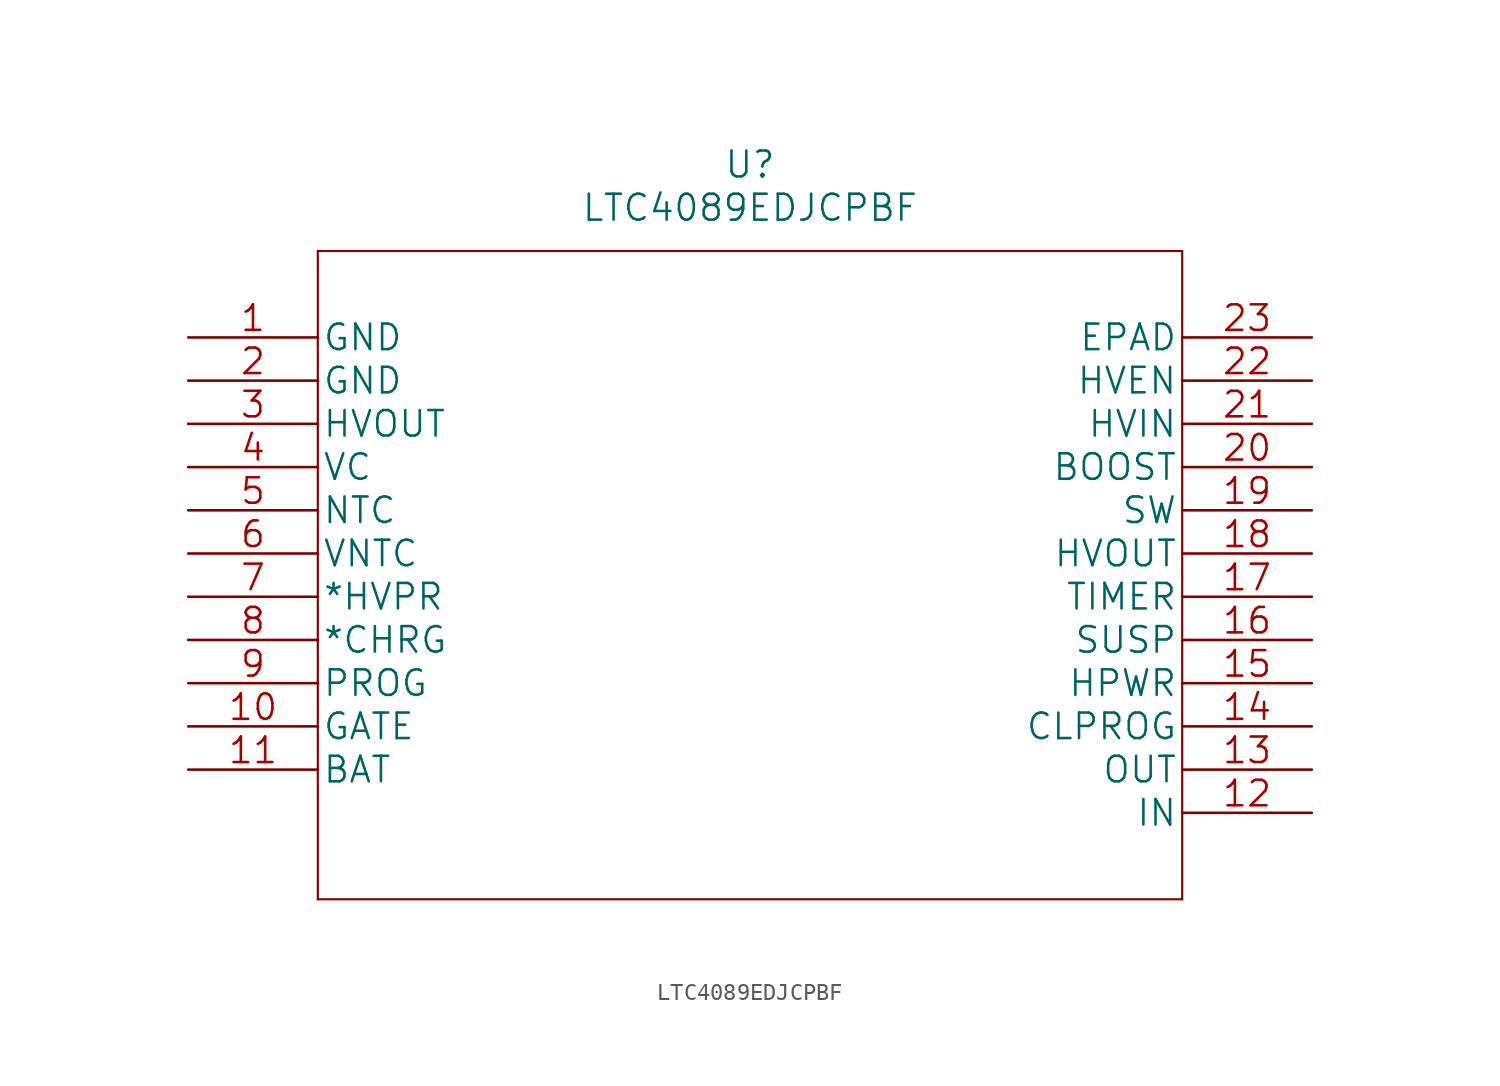
<source format=kicad_sym>
(kicad_symbol_lib
  (version 20211014)
  (generator kicad_symbol_editor)
  (symbol "LTC4089EDJCPBF"
    (pin_names
      (offset 0.254))
    (property "Reference" "U"
      (at 33.02 10.16 0)
      (effects (font (size 1.524 1.524))))
    (property "Value" "LTC4089EDJCPBF"
      (at 33.02 7.62 0)
      (effects (font (size 1.524 1.524))))
    (property "Datasheet" ""
      (at 0 0 0)
      (effects (font (size 1.524 1.524))))
    (symbol "LTC4089EDJCPBF_1_0"
      (polyline (pts (xy 7.62 -33.02) (xy 58.42 -33.02)) (stroke (width 0.127) (type default) (color 0 0 0 0)) (fill (type none)))
      (polyline (pts (xy 7.62 5.08) (xy 7.62 -33.02)) (stroke (width 0.127) (type default) (color 0 0 0 0)) (fill (type none)))
      (polyline (pts (xy 58.42 -33.02) (xy 58.42 5.08)) (stroke (width 0.127) (type default) (color 0 0 0 0)) (fill (type none)))
      (polyline (pts (xy 58.42 5.08) (xy 7.62 5.08)) (stroke (width 0.127) (type default) (color 0 0 0 0)) (fill (type none)))
      (pin power_in line (at 0 0 0) (length 7.62) (name "GND" (effects (font (size 1.499 1.499)))) (number "1" (effects (font (size 1.499 1.499)))))
      (pin unspecified line (at 0 -22.86 0) (length 7.62) (name "GATE" (effects (font (size 1.499 1.499)))) (number "10" (effects (font (size 1.499 1.499)))))
      (pin unspecified line (at 0 -25.4 0) (length 7.62) (name "BAT" (effects (font (size 1.499 1.499)))) (number "11" (effects (font (size 1.499 1.499)))))
      (pin input line (at 66.04 -27.94 180) (length 7.62) (name "IN" (effects (font (size 1.499 1.499)))) (number "12" (effects (font (size 1.499 1.499)))))
      (pin output line (at 66.04 -25.4 180) (length 7.62) (name "OUT" (effects (font (size 1.499 1.499)))) (number "13" (effects (font (size 1.499 1.499)))))
      (pin input line (at 66.04 -22.86 180) (length 7.62) (name "CLPROG" (effects (font (size 1.499 1.499)))) (number "14" (effects (font (size 1.499 1.499)))))
      (pin input line (at 66.04 -20.32 180) (length 7.62) (name "HPWR" (effects (font (size 1.499 1.499)))) (number "15" (effects (font (size 1.499 1.499)))))
      (pin input line (at 66.04 -17.78 180) (length 7.62) (name "SUSP" (effects (font (size 1.499 1.499)))) (number "16" (effects (font (size 1.499 1.499)))))
      (pin unspecified line (at 66.04 -15.24 180) (length 7.62) (name "TIMER" (effects (font (size 1.499 1.499)))) (number "17" (effects (font (size 1.499 1.499)))))
      (pin output line (at 66.04 -12.7 180) (length 7.62) (name "HVOUT" (effects (font (size 1.499 1.499)))) (number "18" (effects (font (size 1.499 1.499)))))
      (pin output line (at 66.04 -10.16 180) (length 7.62) (name "SW" (effects (font (size 1.499 1.499)))) (number "19" (effects (font (size 1.499 1.499)))))
      (pin power_in line (at 0 -2.54 0) (length 7.62) (name "GND" (effects (font (size 1.499 1.499)))) (number "2" (effects (font (size 1.499 1.499)))))
      (pin unspecified line (at 66.04 -7.62 180) (length 7.62) (name "BOOST" (effects (font (size 1.499 1.499)))) (number "20" (effects (font (size 1.499 1.499)))))
      (pin input line (at 66.04 -5.08 180) (length 7.62) (name "HVIN" (effects (font (size 1.499 1.499)))) (number "21" (effects (font (size 1.499 1.499)))))
      (pin input line (at 66.04 -2.54 180) (length 7.62) (name "HVEN" (effects (font (size 1.499 1.499)))) (number "22" (effects (font (size 1.499 1.499)))))
      (pin unspecified line (at 66.04 0 180) (length 7.62) (name "EPAD" (effects (font (size 1.499 1.499)))) (number "23" (effects (font (size 1.499 1.499)))))
      (pin output line (at 0 -5.08 0) (length 7.62) (name "HVOUT" (effects (font (size 1.499 1.499)))) (number "3" (effects (font (size 1.499 1.499)))))
      (pin unspecified line (at 0 -7.62 0) (length 7.62) (name "VC" (effects (font (size 1.499 1.499)))) (number "4" (effects (font (size 1.499 1.499)))))
      (pin input line (at 0 -10.16 0) (length 7.62) (name "NTC" (effects (font (size 1.499 1.499)))) (number "5" (effects (font (size 1.499 1.499)))))
      (pin output line (at 0 -12.7 0) (length 7.62) (name "VNTC" (effects (font (size 1.499 1.499)))) (number "6" (effects (font (size 1.499 1.499)))))
      (pin output line (at 0 -15.24 0) (length 7.62) (name "*HVPR" (effects (font (size 1.499 1.499)))) (number "7" (effects (font (size 1.499 1.499)))))
      (pin output line (at 0 -17.78 0) (length 7.62) (name "*CHRG" (effects (font (size 1.499 1.499)))) (number "8" (effects (font (size 1.499 1.499)))))
      (pin unspecified line (at 0 -20.32 0) (length 7.62) (name "PROG" (effects (font (size 1.499 1.499)))) (number "9" (effects (font (size 1.499 1.499))))))))
</source>
